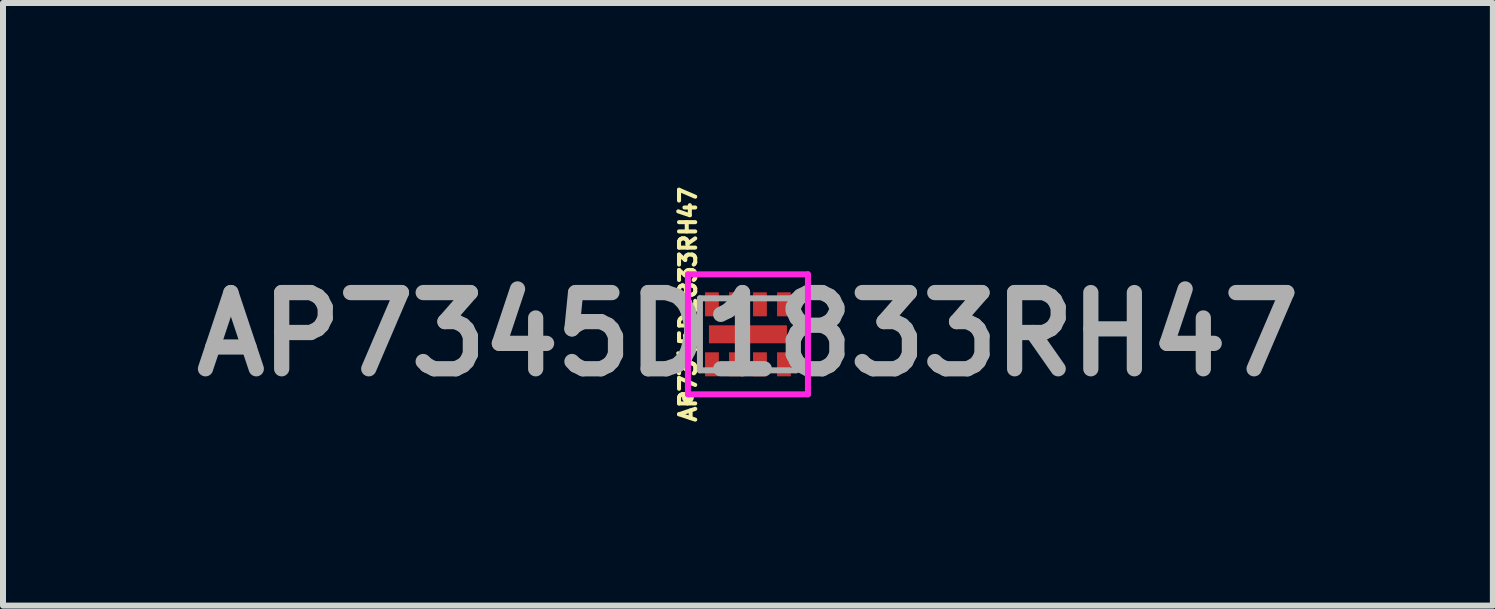
<source format=kicad_pcb>
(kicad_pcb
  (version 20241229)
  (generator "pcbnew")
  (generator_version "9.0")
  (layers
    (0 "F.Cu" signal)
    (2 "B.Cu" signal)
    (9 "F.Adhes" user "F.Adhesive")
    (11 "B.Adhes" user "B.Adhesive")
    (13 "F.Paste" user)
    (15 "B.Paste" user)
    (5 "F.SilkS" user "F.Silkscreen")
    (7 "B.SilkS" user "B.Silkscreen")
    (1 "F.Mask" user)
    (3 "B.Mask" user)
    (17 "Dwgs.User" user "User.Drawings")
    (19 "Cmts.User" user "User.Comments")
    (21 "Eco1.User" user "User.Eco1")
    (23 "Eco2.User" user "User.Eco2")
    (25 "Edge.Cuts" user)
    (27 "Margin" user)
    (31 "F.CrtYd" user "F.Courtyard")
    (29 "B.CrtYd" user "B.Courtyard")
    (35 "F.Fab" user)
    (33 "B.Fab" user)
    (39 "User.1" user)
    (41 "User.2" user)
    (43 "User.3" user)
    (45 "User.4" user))
  (footprint "AP7345D1833RH47"
    (layer "F.Cu")
    (at 9.416 2.522)
    (property "Reference" "AP7345D1833RH47" (at -1 -0.5 90) (layer "F.SilkS") (effects (font (size 0.27 0.27) (thickness 0.068))))
    (attr smd)
    (fp_line (start -1 1) (end -1 1) (stroke (width 0.1) (type solid)) (layer "F.SilkS"))
    (fp_line (start -1 1.1) (end -1 1.1) (stroke (width 0.1) (type solid)) (layer "F.SilkS"))
    (fp_arc (start -1 1) (mid -0.95 1.05) (end -1 1.1) (stroke (width 0.1) (type solid)) (layer "F.SilkS"))
    (fp_arc (start -1 1.1) (mid -1.05 1.05) (end -1 1) (stroke (width 0.1) (type solid)) (layer "F.SilkS"))
    (fp_line (start -1 -1) (end 1 -1) (stroke (width 0.1) (type solid)) (layer "F.CrtYd"))
    (fp_line (start -1 1) (end -1 -1) (stroke (width 0.1) (type solid)) (layer "F.CrtYd"))
    (fp_line (start 1 -1) (end 1 1) (stroke (width 0.1) (type solid)) (layer "F.CrtYd"))
    (fp_line (start 1 1) (end -1 1) (stroke (width 0.1) (type solid)) (layer "F.CrtYd"))
    (fp_line (start -0.8 -0.6) (end 0.8 -0.6) (stroke (width 0.1) (type solid)) (layer "F.Fab"))
    (fp_line (start -0.8 0.6) (end -0.8 -0.6) (stroke (width 0.1) (type solid)) (layer "F.Fab"))
    (fp_line (start 0.8 -0.6) (end 0.8 0.6) (stroke (width 0.1) (type solid)) (layer "F.Fab"))
    (fp_line (start 0.8 0.6) (end -0.8 0.6) (stroke (width 0.1) (type solid)) (layer "F.Fab"))
    (fp_text user "${REFERENCE}" (at 0 0 0) (layer "F.Fab") (effects (font (size 1.27 1.27) (thickness 0.254))))
    (pad "1" smd rect (at -0.6 0.5) (size 0.23 0.4) (layers "F.Cu" "F.Mask" "F.Paste"))
    (pad "2" smd rect (at -0.2 0.5) (size 0.23 0.4) (layers "F.Cu" "F.Mask" "F.Paste"))
    (pad "3" smd rect (at 0.2 0.5) (size 0.23 0.4) (layers "F.Cu" "F.Mask" "F.Paste"))
    (pad "4" smd rect (at 0.6 0.5) (size 0.23 0.4) (layers "F.Cu" "F.Mask" "F.Paste"))
    (pad "5" smd rect (at 0.6 -0.5) (size 0.23 0.4) (layers "F.Cu" "F.Mask" "F.Paste"))
    (pad "6" smd rect (at 0.2 -0.5) (size 0.23 0.4) (layers "F.Cu" "F.Mask" "F.Paste"))
    (pad "7" smd rect (at -0.2 -0.5) (size 0.23 0.4) (layers "F.Cu" "F.Mask" "F.Paste"))
    (pad "8" smd rect (at -0.6 -0.5) (size 0.23 0.4) (layers "F.Cu" "F.Mask" "F.Paste"))
    (pad "9" smd rect (at 0 0 90) (size 0.3 1.3) (layers "F.Cu" "F.Mask" "F.Paste")))
  (gr_rect
    (start -3 -3)
    (end 21.832 7.044)
    (stroke (width 0.1) (type default))
    (fill no)
    (layer "Edge.Cuts")))
</source>
